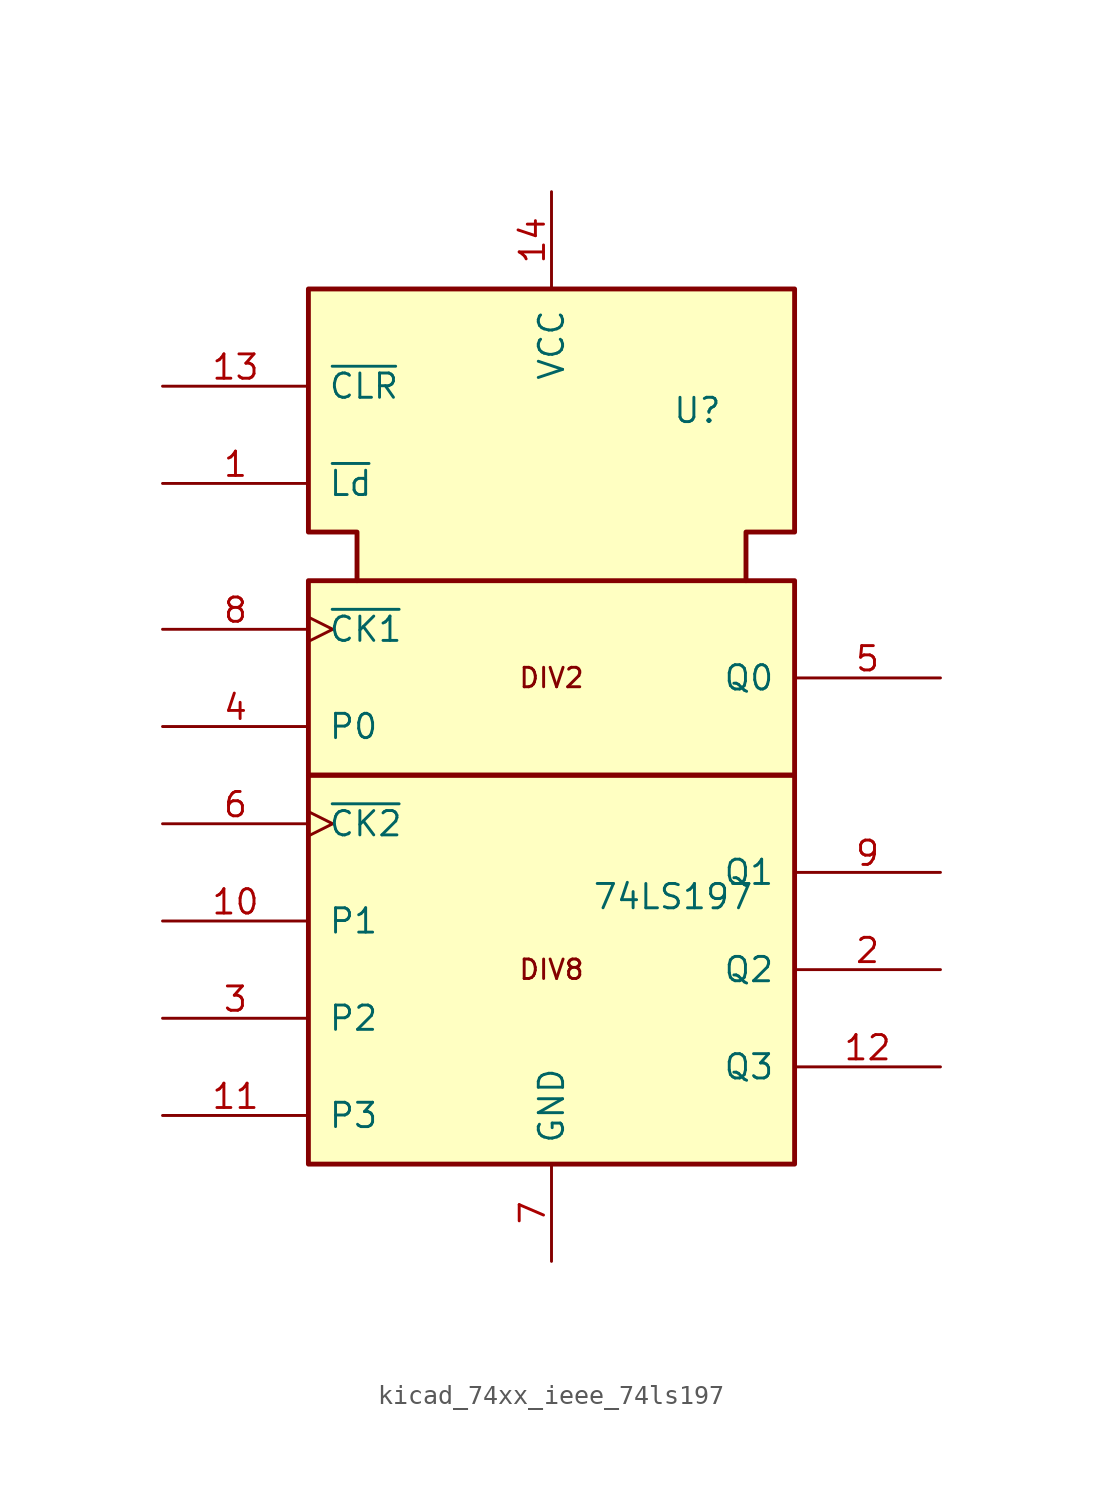
<source format=kicad_sym>
(kicad_symbol_lib
  (version 20220914)
  (generator kicad_symbol_editor)
  (symbol "kicad_74xx_ieee_74ls197"
    (pin_names
      (offset 1.016))
    (property "Reference" "U"
      (at 7.62 8.89 0)
      (effects (font (size 1.27 1.27))))
    (property "Value" "74LS197"
      (at 6.35 -16.51 0)
      (effects (font (size 1.27 1.27))))
    (symbol "kicad_74xx_ieee_74ls197_0_0"
      (rectangle (start -12.7 -10.16) (end 12.7 -30.48) (stroke (width 0.254) (type default)) (fill (type background)))
      (rectangle (start -12.7 0) (end 12.7 -10.16) (stroke (width 0.254) (type default)) (fill (type background)))
      (polyline (pts (xy -10.16 0) (xy -10.16 2.54) (xy -12.7 2.54) (xy -12.7 15.24) (xy 12.7 15.24) (xy 12.7 2.54) (xy 10.16 2.54) (xy 10.16 0) (xy 10.16 0)) (stroke (width 0.254) (type default)) (fill (type background)))
      (text "DIV2" (at 0 -5.08 0) (effects (font (size 1.016 1.016))))
      (text "DIV8" (at 0 -20.32 0) (effects (font (size 1.016 1.016))))
      (pin power_in line (at 0 20.32 270) (length 5.08) (name "VCC" (effects (font (size 1.27 1.27)))) (number "14" (effects (font (size 1.27 1.27)))))
      (pin power_in line (at 0 -35.56 90) (length 5.08) (name "GND" (effects (font (size 1.27 1.27)))) (number "7" (effects (font (size 1.27 1.27))))))
    (symbol "kicad_74xx_ieee_74ls197_1_1"
      (pin input line (at -20.32 5.08 0) (length 7.62) (name "~{Ld}" (effects (font (size 1.27 1.27)))) (number "1" (effects (font (size 1.27 1.27)))))
      (pin input line (at -20.32 -17.78 0) (length 7.62) (name "P1" (effects (font (size 1.27 1.27)))) (number "10" (effects (font (size 1.27 1.27)))))
      (pin input line (at -20.32 -27.94 0) (length 7.62) (name "P3" (effects (font (size 1.27 1.27)))) (number "11" (effects (font (size 1.27 1.27)))))
      (pin output line (at 20.32 -25.4 180) (length 7.62) (name "Q3" (effects (font (size 1.27 1.27)))) (number "12" (effects (font (size 1.27 1.27)))))
      (pin input line (at -20.32 10.16 0) (length 7.62) (name "~{CLR}" (effects (font (size 1.27 1.27)))) (number "13" (effects (font (size 1.27 1.27)))))
      (pin output line (at 20.32 -20.32 180) (length 7.62) (name "Q2" (effects (font (size 1.27 1.27)))) (number "2" (effects (font (size 1.27 1.27)))))
      (pin input line (at -20.32 -22.86 0) (length 7.62) (name "P2" (effects (font (size 1.27 1.27)))) (number "3" (effects (font (size 1.27 1.27)))))
      (pin input line (at -20.32 -7.62 0) (length 7.62) (name "P0" (effects (font (size 1.27 1.27)))) (number "4" (effects (font (size 1.27 1.27)))))
      (pin output line (at 20.32 -5.08 180) (length 7.62) (name "Q0" (effects (font (size 1.27 1.27)))) (number "5" (effects (font (size 1.27 1.27)))))
      (pin input clock (at -20.32 -12.7 0) (length 7.62) (name "~{CK2}" (effects (font (size 1.27 1.27)))) (number "6" (effects (font (size 1.27 1.27)))))
      (pin input clock (at -20.32 -2.54 0) (length 7.62) (name "~{CK1}" (effects (font (size 1.27 1.27)))) (number "8" (effects (font (size 1.27 1.27)))))
      (pin output line (at 20.32 -15.24 180) (length 7.62) (name "Q1" (effects (font (size 1.27 1.27)))) (number "9" (effects (font (size 1.27 1.27))))))))
</source>
